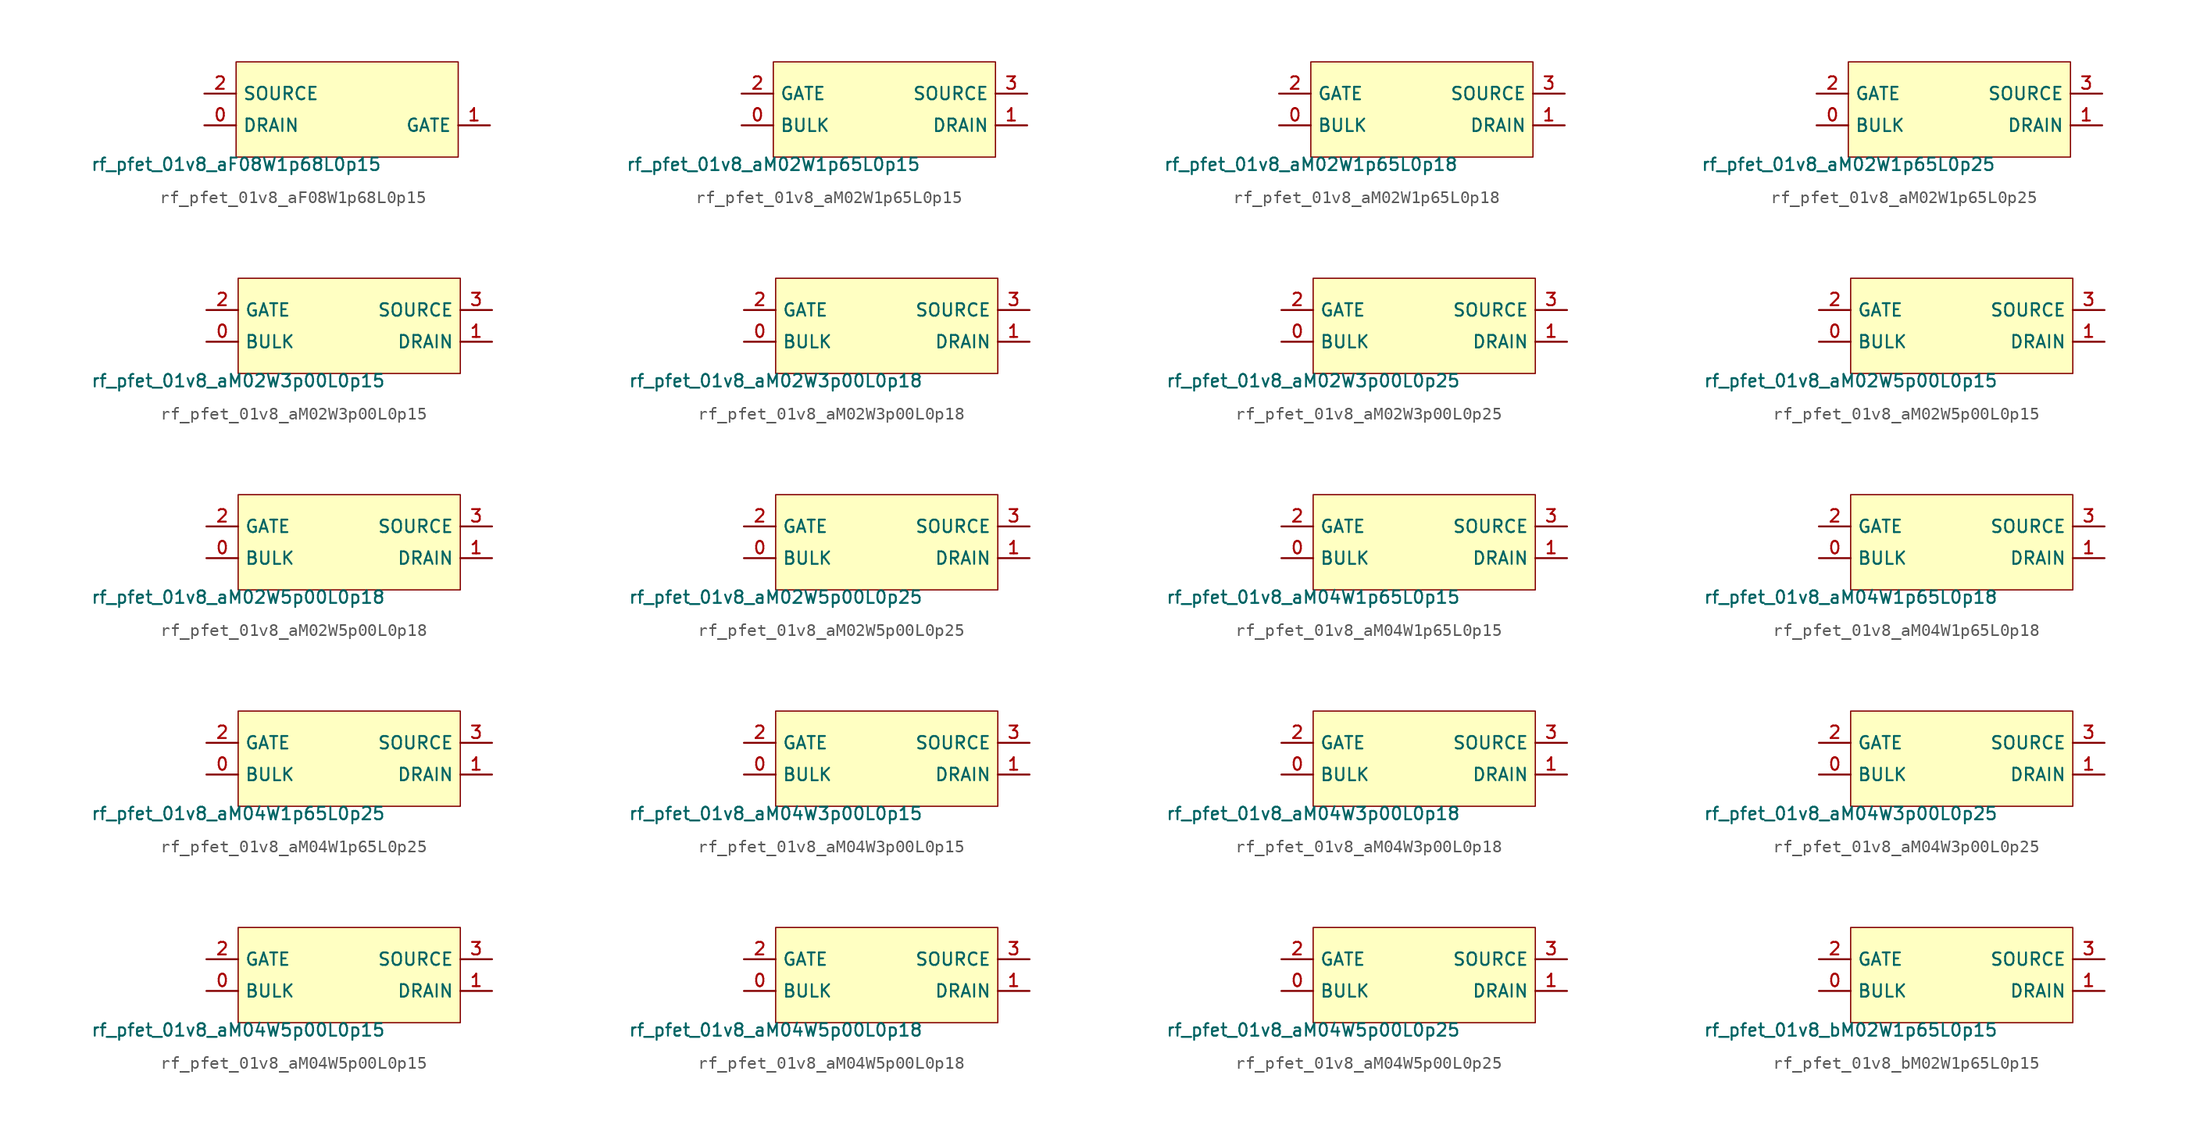
<source format=kicad_sym>
(kicad_symbol_lib
  (version 20211014)
  (generator pdk2kicad)
  (symbol "rf_pfet_01v8_aF08W1p68L0p15"
    (property "Reference" "X"
      (at 0 0 0)
      (effects (font (size 1 1)) hide))
    (property "Value" "rf_pfet_01v8_aF08W1p68L0p15"
      (at -8.89 -3.81 0)
      (effects (font (size 1 1)) (justify top)))
    (rectangle
      (start -8.89 -3.81)
      (end 8.89 3.81)
      (stroke (width 0.1) (type solid) (color 0 0 0 0))
      (fill (type background)))
    (pin bidirectional line
      (at -11.43 -1.27 0)
      (length 2.54)
      (name "DRAIN" (effects (font (size 1 1)) hide))
      (number "0" (effects (font (size 1 1)) hide)))
    (pin bidirectional line
      (at 11.43 -1.27 180)
      (length 2.54)
      (name "GATE" (effects (font (size 1 1)) hide))
      (number "1" (effects (font (size 1 1)) hide)))
    (pin bidirectional line
      (at -11.43 1.27 0)
      (length 2.54)
      (name "SOURCE" (effects (font (size 1 1)) hide))
      (number "2" (effects (font (size 1 1)) hide))))
  (symbol "rf_pfet_01v8_aM02W1p65L0p15"
    (property "Reference" "X"
      (at 0 0 0)
      (effects (font (size 1 1)) hide))
    (property "Value" "rf_pfet_01v8_aM02W1p65L0p15"
      (at -8.89 -3.81 0)
      (effects (font (size 1 1)) (justify top)))
    (rectangle
      (start -8.89 -3.81)
      (end 8.89 3.81)
      (stroke (width 0.1) (type solid) (color 0 0 0 0))
      (fill (type background)))
    (pin bidirectional line
      (at -11.43 -1.27 0)
      (length 2.54)
      (name "BULK" (effects (font (size 1 1)) hide))
      (number "0" (effects (font (size 1 1)) hide)))
    (pin bidirectional line
      (at 11.43 -1.27 180)
      (length 2.54)
      (name "DRAIN" (effects (font (size 1 1)) hide))
      (number "1" (effects (font (size 1 1)) hide)))
    (pin bidirectional line
      (at -11.43 1.27 0)
      (length 2.54)
      (name "GATE" (effects (font (size 1 1)) hide))
      (number "2" (effects (font (size 1 1)) hide)))
    (pin bidirectional line
      (at 11.43 1.27 180)
      (length 2.54)
      (name "SOURCE" (effects (font (size 1 1)) hide))
      (number "3" (effects (font (size 1 1)) hide))))
  (symbol "rf_pfet_01v8_aM02W1p65L0p18"
    (property "Reference" "X"
      (at 0 0 0)
      (effects (font (size 1 1)) hide))
    (property "Value" "rf_pfet_01v8_aM02W1p65L0p18"
      (at -8.89 -3.81 0)
      (effects (font (size 1 1)) (justify top)))
    (rectangle
      (start -8.89 -3.81)
      (end 8.89 3.81)
      (stroke (width 0.1) (type solid) (color 0 0 0 0))
      (fill (type background)))
    (pin bidirectional line
      (at -11.43 -1.27 0)
      (length 2.54)
      (name "BULK" (effects (font (size 1 1)) hide))
      (number "0" (effects (font (size 1 1)) hide)))
    (pin bidirectional line
      (at 11.43 -1.27 180)
      (length 2.54)
      (name "DRAIN" (effects (font (size 1 1)) hide))
      (number "1" (effects (font (size 1 1)) hide)))
    (pin bidirectional line
      (at -11.43 1.27 0)
      (length 2.54)
      (name "GATE" (effects (font (size 1 1)) hide))
      (number "2" (effects (font (size 1 1)) hide)))
    (pin bidirectional line
      (at 11.43 1.27 180)
      (length 2.54)
      (name "SOURCE" (effects (font (size 1 1)) hide))
      (number "3" (effects (font (size 1 1)) hide))))
  (symbol "rf_pfet_01v8_aM02W1p65L0p25"
    (property "Reference" "X"
      (at 0 0 0)
      (effects (font (size 1 1)) hide))
    (property "Value" "rf_pfet_01v8_aM02W1p65L0p25"
      (at -8.89 -3.81 0)
      (effects (font (size 1 1)) (justify top)))
    (rectangle
      (start -8.89 -3.81)
      (end 8.89 3.81)
      (stroke (width 0.1) (type solid) (color 0 0 0 0))
      (fill (type background)))
    (pin bidirectional line
      (at -11.43 -1.27 0)
      (length 2.54)
      (name "BULK" (effects (font (size 1 1)) hide))
      (number "0" (effects (font (size 1 1)) hide)))
    (pin bidirectional line
      (at 11.43 -1.27 180)
      (length 2.54)
      (name "DRAIN" (effects (font (size 1 1)) hide))
      (number "1" (effects (font (size 1 1)) hide)))
    (pin bidirectional line
      (at -11.43 1.27 0)
      (length 2.54)
      (name "GATE" (effects (font (size 1 1)) hide))
      (number "2" (effects (font (size 1 1)) hide)))
    (pin bidirectional line
      (at 11.43 1.27 180)
      (length 2.54)
      (name "SOURCE" (effects (font (size 1 1)) hide))
      (number "3" (effects (font (size 1 1)) hide))))
  (symbol "rf_pfet_01v8_aM02W3p00L0p15"
    (property "Reference" "X"
      (at 0 0 0)
      (effects (font (size 1 1)) hide))
    (property "Value" "rf_pfet_01v8_aM02W3p00L0p15"
      (at -8.89 -3.81 0)
      (effects (font (size 1 1)) (justify top)))
    (rectangle
      (start -8.89 -3.81)
      (end 8.89 3.81)
      (stroke (width 0.1) (type solid) (color 0 0 0 0))
      (fill (type background)))
    (pin bidirectional line
      (at -11.43 -1.27 0)
      (length 2.54)
      (name "BULK" (effects (font (size 1 1)) hide))
      (number "0" (effects (font (size 1 1)) hide)))
    (pin bidirectional line
      (at 11.43 -1.27 180)
      (length 2.54)
      (name "DRAIN" (effects (font (size 1 1)) hide))
      (number "1" (effects (font (size 1 1)) hide)))
    (pin bidirectional line
      (at -11.43 1.27 0)
      (length 2.54)
      (name "GATE" (effects (font (size 1 1)) hide))
      (number "2" (effects (font (size 1 1)) hide)))
    (pin bidirectional line
      (at 11.43 1.27 180)
      (length 2.54)
      (name "SOURCE" (effects (font (size 1 1)) hide))
      (number "3" (effects (font (size 1 1)) hide))))
  (symbol "rf_pfet_01v8_aM02W3p00L0p18"
    (property "Reference" "X"
      (at 0 0 0)
      (effects (font (size 1 1)) hide))
    (property "Value" "rf_pfet_01v8_aM02W3p00L0p18"
      (at -8.89 -3.81 0)
      (effects (font (size 1 1)) (justify top)))
    (rectangle
      (start -8.89 -3.81)
      (end 8.89 3.81)
      (stroke (width 0.1) (type solid) (color 0 0 0 0))
      (fill (type background)))
    (pin bidirectional line
      (at -11.43 -1.27 0)
      (length 2.54)
      (name "BULK" (effects (font (size 1 1)) hide))
      (number "0" (effects (font (size 1 1)) hide)))
    (pin bidirectional line
      (at 11.43 -1.27 180)
      (length 2.54)
      (name "DRAIN" (effects (font (size 1 1)) hide))
      (number "1" (effects (font (size 1 1)) hide)))
    (pin bidirectional line
      (at -11.43 1.27 0)
      (length 2.54)
      (name "GATE" (effects (font (size 1 1)) hide))
      (number "2" (effects (font (size 1 1)) hide)))
    (pin bidirectional line
      (at 11.43 1.27 180)
      (length 2.54)
      (name "SOURCE" (effects (font (size 1 1)) hide))
      (number "3" (effects (font (size 1 1)) hide))))
  (symbol "rf_pfet_01v8_aM02W3p00L0p25"
    (property "Reference" "X"
      (at 0 0 0)
      (effects (font (size 1 1)) hide))
    (property "Value" "rf_pfet_01v8_aM02W3p00L0p25"
      (at -8.89 -3.81 0)
      (effects (font (size 1 1)) (justify top)))
    (rectangle
      (start -8.89 -3.81)
      (end 8.89 3.81)
      (stroke (width 0.1) (type solid) (color 0 0 0 0))
      (fill (type background)))
    (pin bidirectional line
      (at -11.43 -1.27 0)
      (length 2.54)
      (name "BULK" (effects (font (size 1 1)) hide))
      (number "0" (effects (font (size 1 1)) hide)))
    (pin bidirectional line
      (at 11.43 -1.27 180)
      (length 2.54)
      (name "DRAIN" (effects (font (size 1 1)) hide))
      (number "1" (effects (font (size 1 1)) hide)))
    (pin bidirectional line
      (at -11.43 1.27 0)
      (length 2.54)
      (name "GATE" (effects (font (size 1 1)) hide))
      (number "2" (effects (font (size 1 1)) hide)))
    (pin bidirectional line
      (at 11.43 1.27 180)
      (length 2.54)
      (name "SOURCE" (effects (font (size 1 1)) hide))
      (number "3" (effects (font (size 1 1)) hide))))
  (symbol "rf_pfet_01v8_aM02W5p00L0p15"
    (property "Reference" "X"
      (at 0 0 0)
      (effects (font (size 1 1)) hide))
    (property "Value" "rf_pfet_01v8_aM02W5p00L0p15"
      (at -8.89 -3.81 0)
      (effects (font (size 1 1)) (justify top)))
    (rectangle
      (start -8.89 -3.81)
      (end 8.89 3.81)
      (stroke (width 0.1) (type solid) (color 0 0 0 0))
      (fill (type background)))
    (pin bidirectional line
      (at -11.43 -1.27 0)
      (length 2.54)
      (name "BULK" (effects (font (size 1 1)) hide))
      (number "0" (effects (font (size 1 1)) hide)))
    (pin bidirectional line
      (at 11.43 -1.27 180)
      (length 2.54)
      (name "DRAIN" (effects (font (size 1 1)) hide))
      (number "1" (effects (font (size 1 1)) hide)))
    (pin bidirectional line
      (at -11.43 1.27 0)
      (length 2.54)
      (name "GATE" (effects (font (size 1 1)) hide))
      (number "2" (effects (font (size 1 1)) hide)))
    (pin bidirectional line
      (at 11.43 1.27 180)
      (length 2.54)
      (name "SOURCE" (effects (font (size 1 1)) hide))
      (number "3" (effects (font (size 1 1)) hide))))
  (symbol "rf_pfet_01v8_aM02W5p00L0p18"
    (property "Reference" "X"
      (at 0 0 0)
      (effects (font (size 1 1)) hide))
    (property "Value" "rf_pfet_01v8_aM02W5p00L0p18"
      (at -8.89 -3.81 0)
      (effects (font (size 1 1)) (justify top)))
    (rectangle
      (start -8.89 -3.81)
      (end 8.89 3.81)
      (stroke (width 0.1) (type solid) (color 0 0 0 0))
      (fill (type background)))
    (pin bidirectional line
      (at -11.43 -1.27 0)
      (length 2.54)
      (name "BULK" (effects (font (size 1 1)) hide))
      (number "0" (effects (font (size 1 1)) hide)))
    (pin bidirectional line
      (at 11.43 -1.27 180)
      (length 2.54)
      (name "DRAIN" (effects (font (size 1 1)) hide))
      (number "1" (effects (font (size 1 1)) hide)))
    (pin bidirectional line
      (at -11.43 1.27 0)
      (length 2.54)
      (name "GATE" (effects (font (size 1 1)) hide))
      (number "2" (effects (font (size 1 1)) hide)))
    (pin bidirectional line
      (at 11.43 1.27 180)
      (length 2.54)
      (name "SOURCE" (effects (font (size 1 1)) hide))
      (number "3" (effects (font (size 1 1)) hide))))
  (symbol "rf_pfet_01v8_aM02W5p00L0p25"
    (property "Reference" "X"
      (at 0 0 0)
      (effects (font (size 1 1)) hide))
    (property "Value" "rf_pfet_01v8_aM02W5p00L0p25"
      (at -8.89 -3.81 0)
      (effects (font (size 1 1)) (justify top)))
    (rectangle
      (start -8.89 -3.81)
      (end 8.89 3.81)
      (stroke (width 0.1) (type solid) (color 0 0 0 0))
      (fill (type background)))
    (pin bidirectional line
      (at -11.43 -1.27 0)
      (length 2.54)
      (name "BULK" (effects (font (size 1 1)) hide))
      (number "0" (effects (font (size 1 1)) hide)))
    (pin bidirectional line
      (at 11.43 -1.27 180)
      (length 2.54)
      (name "DRAIN" (effects (font (size 1 1)) hide))
      (number "1" (effects (font (size 1 1)) hide)))
    (pin bidirectional line
      (at -11.43 1.27 0)
      (length 2.54)
      (name "GATE" (effects (font (size 1 1)) hide))
      (number "2" (effects (font (size 1 1)) hide)))
    (pin bidirectional line
      (at 11.43 1.27 180)
      (length 2.54)
      (name "SOURCE" (effects (font (size 1 1)) hide))
      (number "3" (effects (font (size 1 1)) hide))))
  (symbol "rf_pfet_01v8_aM04W1p65L0p15"
    (property "Reference" "X"
      (at 0 0 0)
      (effects (font (size 1 1)) hide))
    (property "Value" "rf_pfet_01v8_aM04W1p65L0p15"
      (at -8.89 -3.81 0)
      (effects (font (size 1 1)) (justify top)))
    (rectangle
      (start -8.89 -3.81)
      (end 8.89 3.81)
      (stroke (width 0.1) (type solid) (color 0 0 0 0))
      (fill (type background)))
    (pin bidirectional line
      (at -11.43 -1.27 0)
      (length 2.54)
      (name "BULK" (effects (font (size 1 1)) hide))
      (number "0" (effects (font (size 1 1)) hide)))
    (pin bidirectional line
      (at 11.43 -1.27 180)
      (length 2.54)
      (name "DRAIN" (effects (font (size 1 1)) hide))
      (number "1" (effects (font (size 1 1)) hide)))
    (pin bidirectional line
      (at -11.43 1.27 0)
      (length 2.54)
      (name "GATE" (effects (font (size 1 1)) hide))
      (number "2" (effects (font (size 1 1)) hide)))
    (pin bidirectional line
      (at 11.43 1.27 180)
      (length 2.54)
      (name "SOURCE" (effects (font (size 1 1)) hide))
      (number "3" (effects (font (size 1 1)) hide))))
  (symbol "rf_pfet_01v8_aM04W1p65L0p18"
    (property "Reference" "X"
      (at 0 0 0)
      (effects (font (size 1 1)) hide))
    (property "Value" "rf_pfet_01v8_aM04W1p65L0p18"
      (at -8.89 -3.81 0)
      (effects (font (size 1 1)) (justify top)))
    (rectangle
      (start -8.89 -3.81)
      (end 8.89 3.81)
      (stroke (width 0.1) (type solid) (color 0 0 0 0))
      (fill (type background)))
    (pin bidirectional line
      (at -11.43 -1.27 0)
      (length 2.54)
      (name "BULK" (effects (font (size 1 1)) hide))
      (number "0" (effects (font (size 1 1)) hide)))
    (pin bidirectional line
      (at 11.43 -1.27 180)
      (length 2.54)
      (name "DRAIN" (effects (font (size 1 1)) hide))
      (number "1" (effects (font (size 1 1)) hide)))
    (pin bidirectional line
      (at -11.43 1.27 0)
      (length 2.54)
      (name "GATE" (effects (font (size 1 1)) hide))
      (number "2" (effects (font (size 1 1)) hide)))
    (pin bidirectional line
      (at 11.43 1.27 180)
      (length 2.54)
      (name "SOURCE" (effects (font (size 1 1)) hide))
      (number "3" (effects (font (size 1 1)) hide))))
  (symbol "rf_pfet_01v8_aM04W1p65L0p25"
    (property "Reference" "X"
      (at 0 0 0)
      (effects (font (size 1 1)) hide))
    (property "Value" "rf_pfet_01v8_aM04W1p65L0p25"
      (at -8.89 -3.81 0)
      (effects (font (size 1 1)) (justify top)))
    (rectangle
      (start -8.89 -3.81)
      (end 8.89 3.81)
      (stroke (width 0.1) (type solid) (color 0 0 0 0))
      (fill (type background)))
    (pin bidirectional line
      (at -11.43 -1.27 0)
      (length 2.54)
      (name "BULK" (effects (font (size 1 1)) hide))
      (number "0" (effects (font (size 1 1)) hide)))
    (pin bidirectional line
      (at 11.43 -1.27 180)
      (length 2.54)
      (name "DRAIN" (effects (font (size 1 1)) hide))
      (number "1" (effects (font (size 1 1)) hide)))
    (pin bidirectional line
      (at -11.43 1.27 0)
      (length 2.54)
      (name "GATE" (effects (font (size 1 1)) hide))
      (number "2" (effects (font (size 1 1)) hide)))
    (pin bidirectional line
      (at 11.43 1.27 180)
      (length 2.54)
      (name "SOURCE" (effects (font (size 1 1)) hide))
      (number "3" (effects (font (size 1 1)) hide))))
  (symbol "rf_pfet_01v8_aM04W3p00L0p15"
    (property "Reference" "X"
      (at 0 0 0)
      (effects (font (size 1 1)) hide))
    (property "Value" "rf_pfet_01v8_aM04W3p00L0p15"
      (at -8.89 -3.81 0)
      (effects (font (size 1 1)) (justify top)))
    (rectangle
      (start -8.89 -3.81)
      (end 8.89 3.81)
      (stroke (width 0.1) (type solid) (color 0 0 0 0))
      (fill (type background)))
    (pin bidirectional line
      (at -11.43 -1.27 0)
      (length 2.54)
      (name "BULK" (effects (font (size 1 1)) hide))
      (number "0" (effects (font (size 1 1)) hide)))
    (pin bidirectional line
      (at 11.43 -1.27 180)
      (length 2.54)
      (name "DRAIN" (effects (font (size 1 1)) hide))
      (number "1" (effects (font (size 1 1)) hide)))
    (pin bidirectional line
      (at -11.43 1.27 0)
      (length 2.54)
      (name "GATE" (effects (font (size 1 1)) hide))
      (number "2" (effects (font (size 1 1)) hide)))
    (pin bidirectional line
      (at 11.43 1.27 180)
      (length 2.54)
      (name "SOURCE" (effects (font (size 1 1)) hide))
      (number "3" (effects (font (size 1 1)) hide))))
  (symbol "rf_pfet_01v8_aM04W3p00L0p18"
    (property "Reference" "X"
      (at 0 0 0)
      (effects (font (size 1 1)) hide))
    (property "Value" "rf_pfet_01v8_aM04W3p00L0p18"
      (at -8.89 -3.81 0)
      (effects (font (size 1 1)) (justify top)))
    (rectangle
      (start -8.89 -3.81)
      (end 8.89 3.81)
      (stroke (width 0.1) (type solid) (color 0 0 0 0))
      (fill (type background)))
    (pin bidirectional line
      (at -11.43 -1.27 0)
      (length 2.54)
      (name "BULK" (effects (font (size 1 1)) hide))
      (number "0" (effects (font (size 1 1)) hide)))
    (pin bidirectional line
      (at 11.43 -1.27 180)
      (length 2.54)
      (name "DRAIN" (effects (font (size 1 1)) hide))
      (number "1" (effects (font (size 1 1)) hide)))
    (pin bidirectional line
      (at -11.43 1.27 0)
      (length 2.54)
      (name "GATE" (effects (font (size 1 1)) hide))
      (number "2" (effects (font (size 1 1)) hide)))
    (pin bidirectional line
      (at 11.43 1.27 180)
      (length 2.54)
      (name "SOURCE" (effects (font (size 1 1)) hide))
      (number "3" (effects (font (size 1 1)) hide))))
  (symbol "rf_pfet_01v8_aM04W3p00L0p25"
    (property "Reference" "X"
      (at 0 0 0)
      (effects (font (size 1 1)) hide))
    (property "Value" "rf_pfet_01v8_aM04W3p00L0p25"
      (at -8.89 -3.81 0)
      (effects (font (size 1 1)) (justify top)))
    (rectangle
      (start -8.89 -3.81)
      (end 8.89 3.81)
      (stroke (width 0.1) (type solid) (color 0 0 0 0))
      (fill (type background)))
    (pin bidirectional line
      (at -11.43 -1.27 0)
      (length 2.54)
      (name "BULK" (effects (font (size 1 1)) hide))
      (number "0" (effects (font (size 1 1)) hide)))
    (pin bidirectional line
      (at 11.43 -1.27 180)
      (length 2.54)
      (name "DRAIN" (effects (font (size 1 1)) hide))
      (number "1" (effects (font (size 1 1)) hide)))
    (pin bidirectional line
      (at -11.43 1.27 0)
      (length 2.54)
      (name "GATE" (effects (font (size 1 1)) hide))
      (number "2" (effects (font (size 1 1)) hide)))
    (pin bidirectional line
      (at 11.43 1.27 180)
      (length 2.54)
      (name "SOURCE" (effects (font (size 1 1)) hide))
      (number "3" (effects (font (size 1 1)) hide))))
  (symbol "rf_pfet_01v8_aM04W5p00L0p15"
    (property "Reference" "X"
      (at 0 0 0)
      (effects (font (size 1 1)) hide))
    (property "Value" "rf_pfet_01v8_aM04W5p00L0p15"
      (at -8.89 -3.81 0)
      (effects (font (size 1 1)) (justify top)))
    (rectangle
      (start -8.89 -3.81)
      (end 8.89 3.81)
      (stroke (width 0.1) (type solid) (color 0 0 0 0))
      (fill (type background)))
    (pin bidirectional line
      (at -11.43 -1.27 0)
      (length 2.54)
      (name "BULK" (effects (font (size 1 1)) hide))
      (number "0" (effects (font (size 1 1)) hide)))
    (pin bidirectional line
      (at 11.43 -1.27 180)
      (length 2.54)
      (name "DRAIN" (effects (font (size 1 1)) hide))
      (number "1" (effects (font (size 1 1)) hide)))
    (pin bidirectional line
      (at -11.43 1.27 0)
      (length 2.54)
      (name "GATE" (effects (font (size 1 1)) hide))
      (number "2" (effects (font (size 1 1)) hide)))
    (pin bidirectional line
      (at 11.43 1.27 180)
      (length 2.54)
      (name "SOURCE" (effects (font (size 1 1)) hide))
      (number "3" (effects (font (size 1 1)) hide))))
  (symbol "rf_pfet_01v8_aM04W5p00L0p18"
    (property "Reference" "X"
      (at 0 0 0)
      (effects (font (size 1 1)) hide))
    (property "Value" "rf_pfet_01v8_aM04W5p00L0p18"
      (at -8.89 -3.81 0)
      (effects (font (size 1 1)) (justify top)))
    (rectangle
      (start -8.89 -3.81)
      (end 8.89 3.81)
      (stroke (width 0.1) (type solid) (color 0 0 0 0))
      (fill (type background)))
    (pin bidirectional line
      (at -11.43 -1.27 0)
      (length 2.54)
      (name "BULK" (effects (font (size 1 1)) hide))
      (number "0" (effects (font (size 1 1)) hide)))
    (pin bidirectional line
      (at 11.43 -1.27 180)
      (length 2.54)
      (name "DRAIN" (effects (font (size 1 1)) hide))
      (number "1" (effects (font (size 1 1)) hide)))
    (pin bidirectional line
      (at -11.43 1.27 0)
      (length 2.54)
      (name "GATE" (effects (font (size 1 1)) hide))
      (number "2" (effects (font (size 1 1)) hide)))
    (pin bidirectional line
      (at 11.43 1.27 180)
      (length 2.54)
      (name "SOURCE" (effects (font (size 1 1)) hide))
      (number "3" (effects (font (size 1 1)) hide))))
  (symbol "rf_pfet_01v8_aM04W5p00L0p25"
    (property "Reference" "X"
      (at 0 0 0)
      (effects (font (size 1 1)) hide))
    (property "Value" "rf_pfet_01v8_aM04W5p00L0p25"
      (at -8.89 -3.81 0)
      (effects (font (size 1 1)) (justify top)))
    (rectangle
      (start -8.89 -3.81)
      (end 8.89 3.81)
      (stroke (width 0.1) (type solid) (color 0 0 0 0))
      (fill (type background)))
    (pin bidirectional line
      (at -11.43 -1.27 0)
      (length 2.54)
      (name "BULK" (effects (font (size 1 1)) hide))
      (number "0" (effects (font (size 1 1)) hide)))
    (pin bidirectional line
      (at 11.43 -1.27 180)
      (length 2.54)
      (name "DRAIN" (effects (font (size 1 1)) hide))
      (number "1" (effects (font (size 1 1)) hide)))
    (pin bidirectional line
      (at -11.43 1.27 0)
      (length 2.54)
      (name "GATE" (effects (font (size 1 1)) hide))
      (number "2" (effects (font (size 1 1)) hide)))
    (pin bidirectional line
      (at 11.43 1.27 180)
      (length 2.54)
      (name "SOURCE" (effects (font (size 1 1)) hide))
      (number "3" (effects (font (size 1 1)) hide))))
  (symbol "rf_pfet_01v8_bM02W1p65L0p15"
    (property "Reference" "X"
      (at 0 0 0)
      (effects (font (size 1 1)) hide))
    (property "Value" "rf_pfet_01v8_bM02W1p65L0p15"
      (at -8.89 -3.81 0)
      (effects (font (size 1 1)) (justify top)))
    (rectangle
      (start -8.89 -3.81)
      (end 8.89 3.81)
      (stroke (width 0.1) (type solid) (color 0 0 0 0))
      (fill (type background)))
    (pin bidirectional line
      (at -11.43 -1.27 0)
      (length 2.54)
      (name "BULK" (effects (font (size 1 1)) hide))
      (number "0" (effects (font (size 1 1)) hide)))
    (pin bidirectional line
      (at 11.43 -1.27 180)
      (length 2.54)
      (name "DRAIN" (effects (font (size 1 1)) hide))
      (number "1" (effects (font (size 1 1)) hide)))
    (pin bidirectional line
      (at -11.43 1.27 0)
      (length 2.54)
      (name "GATE" (effects (font (size 1 1)) hide))
      (number "2" (effects (font (size 1 1)) hide)))
    (pin bidirectional line
      (at 11.43 1.27 180)
      (length 2.54)
      (name "SOURCE" (effects (font (size 1 1)) hide))
      (number "3" (effects (font (size 1 1)) hide)))))
</source>
